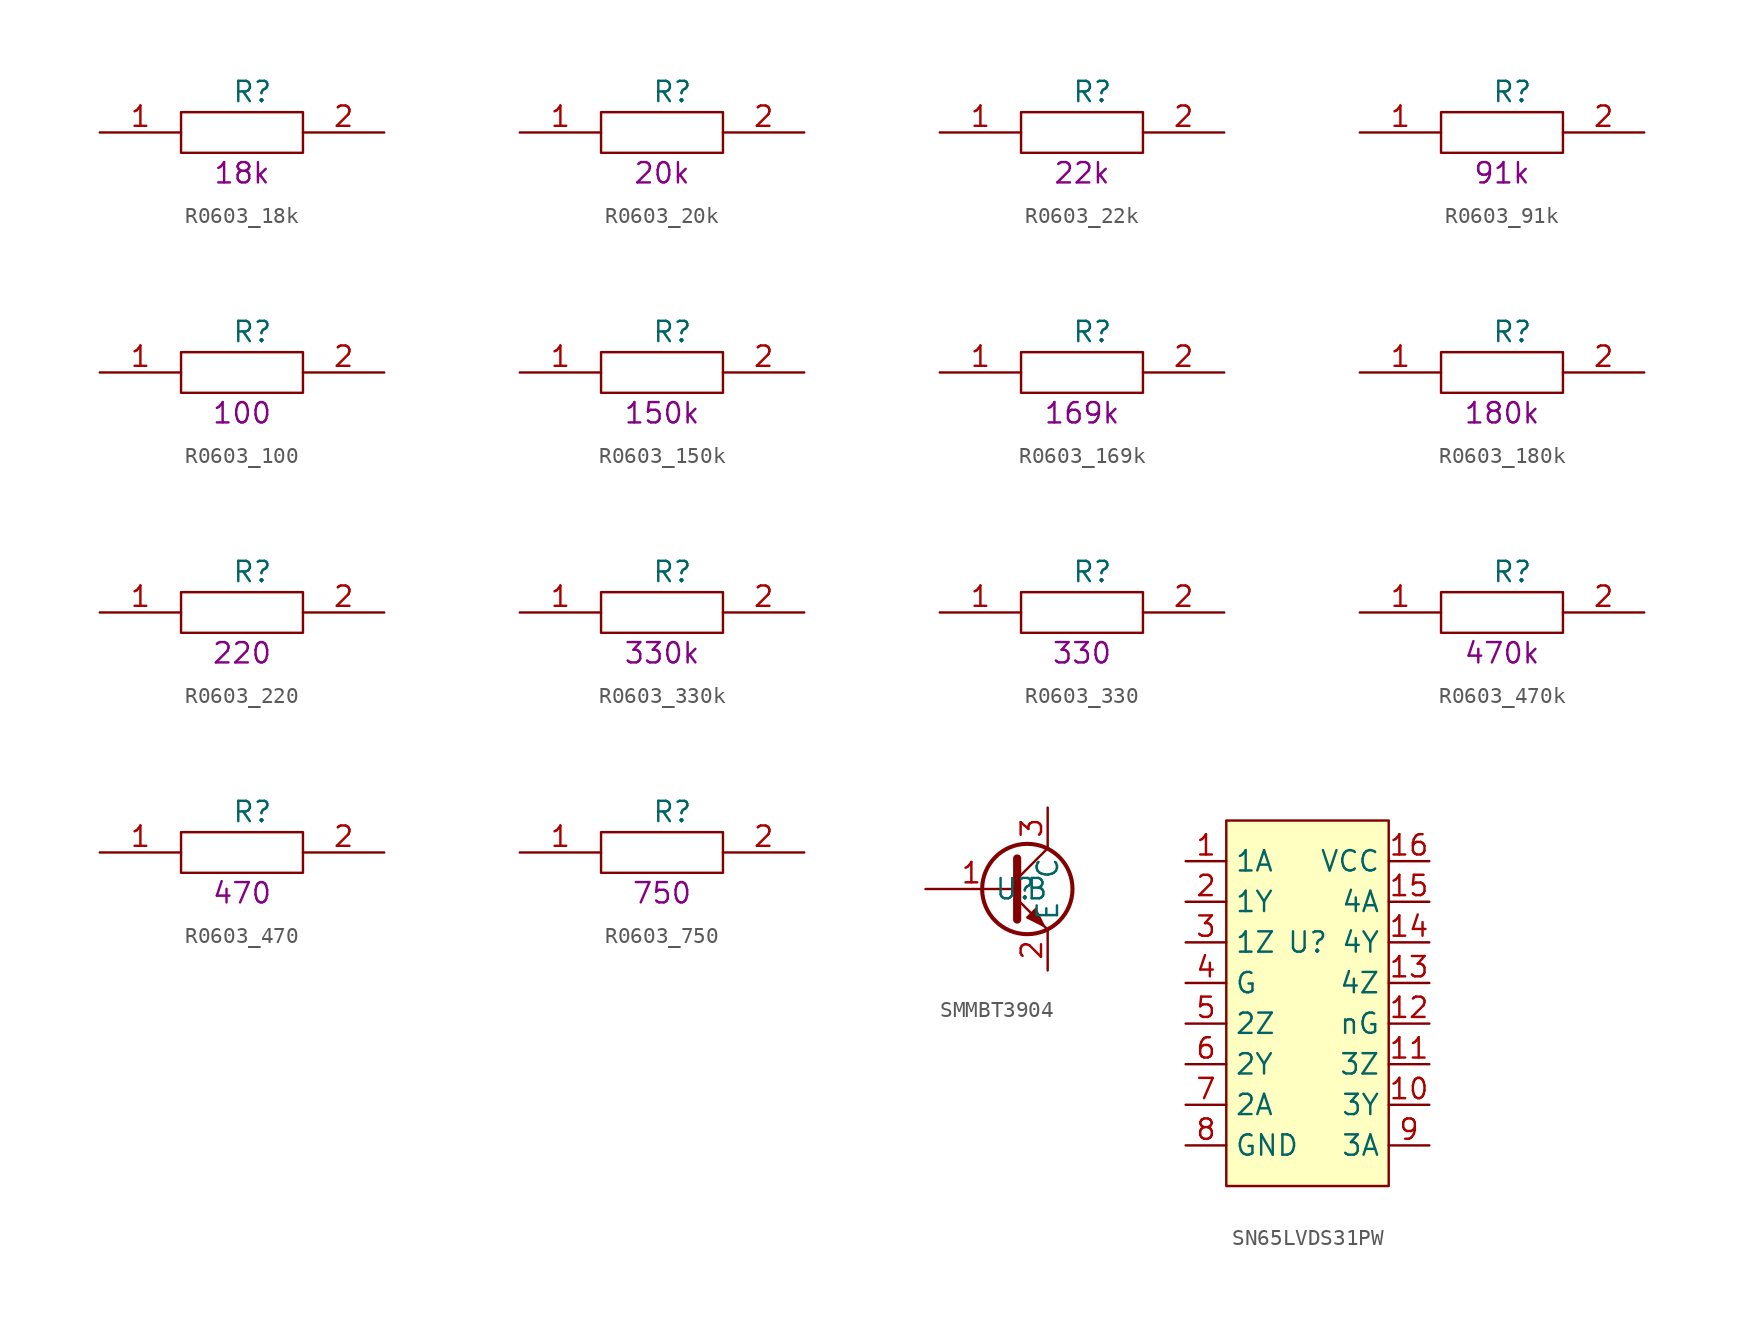
<source format=kicad_sym>
(kicad_symbol_lib
  (version 20220914)
  (generator kicad_symbol_editor)
  (symbol "R0603_18k"
    (pin_names
      (offset 0.762))
    (property "Reference" "R"
      (at 8.255 2.54 0)
      (effects (font (size 1.27 1.27)) (justify left)))
    (property "Val" "18k"
      (at 8.89 -2.54 0)
      (effects (font (size 1.27 1.27))))
    (symbol "R0603_18k_0_0"
      (pin passive line (at 0 0 0) (length 5.08) (name "~" (effects (font (size 1.27 1.27)))) (number "1" (effects (font (size 1.27 1.27)))))
      (pin passive line (at 17.78 0 180) (length 5.08) (name "~" (effects (font (size 1.27 1.27)))) (number "2" (effects (font (size 1.27 1.27))))))
    (symbol "R0603_18k_0_1"
      (polyline (pts (xy 5.08 1.27) (xy 12.7 1.27) (xy 12.7 -1.27) (xy 5.08 -1.27) (xy 5.08 1.27)) (stroke (width 0.152) (type solid)) (fill (type none)))))
  (symbol "R0603_20k"
    (pin_names
      (offset 0.762))
    (property "Reference" "R"
      (at 8.255 2.54 0)
      (effects (font (size 1.27 1.27)) (justify left)))
    (property "Val" "20k"
      (at 8.89 -2.54 0)
      (effects (font (size 1.27 1.27))))
    (symbol "R0603_20k_0_0"
      (pin passive line (at 0 0 0) (length 5.08) (name "~" (effects (font (size 1.27 1.27)))) (number "1" (effects (font (size 1.27 1.27)))))
      (pin passive line (at 17.78 0 180) (length 5.08) (name "~" (effects (font (size 1.27 1.27)))) (number "2" (effects (font (size 1.27 1.27))))))
    (symbol "R0603_20k_0_1"
      (polyline (pts (xy 5.08 1.27) (xy 12.7 1.27) (xy 12.7 -1.27) (xy 5.08 -1.27) (xy 5.08 1.27)) (stroke (width 0.152) (type solid)) (fill (type none)))))
  (symbol "R0603_22k"
    (pin_names
      (offset 0.762))
    (property "Reference" "R"
      (at 8.255 2.54 0)
      (effects (font (size 1.27 1.27)) (justify left)))
    (property "Val" "22k"
      (at 8.89 -2.54 0)
      (effects (font (size 1.27 1.27))))
    (symbol "R0603_22k_0_0"
      (pin passive line (at 0 0 0) (length 5.08) (name "~" (effects (font (size 1.27 1.27)))) (number "1" (effects (font (size 1.27 1.27)))))
      (pin passive line (at 17.78 0 180) (length 5.08) (name "~" (effects (font (size 1.27 1.27)))) (number "2" (effects (font (size 1.27 1.27))))))
    (symbol "R0603_22k_0_1"
      (polyline (pts (xy 5.08 1.27) (xy 12.7 1.27) (xy 12.7 -1.27) (xy 5.08 -1.27) (xy 5.08 1.27)) (stroke (width 0.152) (type solid)) (fill (type none)))))
  (symbol "R0603_91k"
    (pin_names
      (offset 0.762))
    (property "Reference" "R"
      (at 8.255 2.54 0)
      (effects (font (size 1.27 1.27)) (justify left)))
    (property "Val" "91k"
      (at 8.89 -2.54 0)
      (effects (font (size 1.27 1.27))))
    (symbol "R0603_91k_0_0"
      (pin passive line (at 0 0 0) (length 5.08) (name "~" (effects (font (size 1.27 1.27)))) (number "1" (effects (font (size 1.27 1.27)))))
      (pin passive line (at 17.78 0 180) (length 5.08) (name "~" (effects (font (size 1.27 1.27)))) (number "2" (effects (font (size 1.27 1.27))))))
    (symbol "R0603_91k_0_1"
      (polyline (pts (xy 5.08 1.27) (xy 12.7 1.27) (xy 12.7 -1.27) (xy 5.08 -1.27) (xy 5.08 1.27)) (stroke (width 0.152) (type solid)) (fill (type none)))))
  (symbol "R0603_100"
    (pin_names
      (offset 0.762))
    (property "Reference" "R"
      (at 8.255 2.54 0)
      (effects (font (size 1.27 1.27)) (justify left)))
    (property "Val" "100"
      (at 8.89 -2.54 0)
      (effects (font (size 1.27 1.27))))
    (symbol "R0603_100_0_0"
      (pin passive line (at 0 0 0) (length 5.08) (name "~" (effects (font (size 1.27 1.27)))) (number "1" (effects (font (size 1.27 1.27)))))
      (pin passive line (at 17.78 0 180) (length 5.08) (name "~" (effects (font (size 1.27 1.27)))) (number "2" (effects (font (size 1.27 1.27))))))
    (symbol "R0603_100_0_1"
      (polyline (pts (xy 5.08 1.27) (xy 12.7 1.27) (xy 12.7 -1.27) (xy 5.08 -1.27) (xy 5.08 1.27)) (stroke (width 0.152) (type solid)) (fill (type none)))))
  (symbol "R0603_150k"
    (pin_names
      (offset 0.762))
    (property "Reference" "R"
      (at 8.255 2.54 0)
      (effects (font (size 1.27 1.27)) (justify left)))
    (property "Val" "150k"
      (at 8.89 -2.54 0)
      (effects (font (size 1.27 1.27))))
    (symbol "R0603_150k_0_0"
      (pin passive line (at 0 0 0) (length 5.08) (name "~" (effects (font (size 1.27 1.27)))) (number "1" (effects (font (size 1.27 1.27)))))
      (pin passive line (at 17.78 0 180) (length 5.08) (name "~" (effects (font (size 1.27 1.27)))) (number "2" (effects (font (size 1.27 1.27))))))
    (symbol "R0603_150k_0_1"
      (polyline (pts (xy 5.08 1.27) (xy 12.7 1.27) (xy 12.7 -1.27) (xy 5.08 -1.27) (xy 5.08 1.27)) (stroke (width 0.152) (type solid)) (fill (type none)))))
  (symbol "R0603_169k"
    (pin_names
      (offset 0.762))
    (property "Reference" "R"
      (at 8.255 2.54 0)
      (effects (font (size 1.27 1.27)) (justify left)))
    (property "Val" "169k"
      (at 8.89 -2.54 0)
      (effects (font (size 1.27 1.27))))
    (symbol "R0603_169k_0_0"
      (pin passive line (at 0 0 0) (length 5.08) (name "~" (effects (font (size 1.27 1.27)))) (number "1" (effects (font (size 1.27 1.27)))))
      (pin passive line (at 17.78 0 180) (length 5.08) (name "~" (effects (font (size 1.27 1.27)))) (number "2" (effects (font (size 1.27 1.27))))))
    (symbol "R0603_169k_0_1"
      (polyline (pts (xy 5.08 1.27) (xy 12.7 1.27) (xy 12.7 -1.27) (xy 5.08 -1.27) (xy 5.08 1.27)) (stroke (width 0.152) (type solid)) (fill (type none)))))
  (symbol "R0603_180k"
    (pin_names
      (offset 0.762))
    (property "Reference" "R"
      (at 8.255 2.54 0)
      (effects (font (size 1.27 1.27)) (justify left)))
    (property "Val" "180k"
      (at 8.89 -2.54 0)
      (effects (font (size 1.27 1.27))))
    (symbol "R0603_180k_0_0"
      (pin passive line (at 0 0 0) (length 5.08) (name "~" (effects (font (size 1.27 1.27)))) (number "1" (effects (font (size 1.27 1.27)))))
      (pin passive line (at 17.78 0 180) (length 5.08) (name "~" (effects (font (size 1.27 1.27)))) (number "2" (effects (font (size 1.27 1.27))))))
    (symbol "R0603_180k_0_1"
      (polyline (pts (xy 5.08 1.27) (xy 12.7 1.27) (xy 12.7 -1.27) (xy 5.08 -1.27) (xy 5.08 1.27)) (stroke (width 0.152) (type solid)) (fill (type none)))))
  (symbol "R0603_220"
    (pin_names
      (offset 0.762))
    (property "Reference" "R"
      (at 8.255 2.54 0)
      (effects (font (size 1.27 1.27)) (justify left)))
    (property "Val" "220"
      (at 8.89 -2.54 0)
      (effects (font (size 1.27 1.27))))
    (symbol "R0603_220_0_0"
      (pin passive line (at 0 0 0) (length 5.08) (name "~" (effects (font (size 1.27 1.27)))) (number "1" (effects (font (size 1.27 1.27)))))
      (pin passive line (at 17.78 0 180) (length 5.08) (name "~" (effects (font (size 1.27 1.27)))) (number "2" (effects (font (size 1.27 1.27))))))
    (symbol "R0603_220_0_1"
      (polyline (pts (xy 5.08 1.27) (xy 12.7 1.27) (xy 12.7 -1.27) (xy 5.08 -1.27) (xy 5.08 1.27)) (stroke (width 0.152) (type solid)) (fill (type none)))))
  (symbol "R0603_330k"
    (pin_names
      (offset 0.762))
    (property "Reference" "R"
      (at 8.255 2.54 0)
      (effects (font (size 1.27 1.27)) (justify left)))
    (property "Val" "330k"
      (at 8.89 -2.54 0)
      (effects (font (size 1.27 1.27))))
    (symbol "R0603_330k_0_0"
      (pin passive line (at 0 0 0) (length 5.08) (name "~" (effects (font (size 1.27 1.27)))) (number "1" (effects (font (size 1.27 1.27)))))
      (pin passive line (at 17.78 0 180) (length 5.08) (name "~" (effects (font (size 1.27 1.27)))) (number "2" (effects (font (size 1.27 1.27))))))
    (symbol "R0603_330k_0_1"
      (polyline (pts (xy 5.08 1.27) (xy 12.7 1.27) (xy 12.7 -1.27) (xy 5.08 -1.27) (xy 5.08 1.27)) (stroke (width 0.152) (type solid)) (fill (type none)))))
  (symbol "R0603_330"
    (pin_names
      (offset 0.762))
    (property "Reference" "R"
      (at 8.255 2.54 0)
      (effects (font (size 1.27 1.27)) (justify left)))
    (property "Val" "330"
      (at 8.89 -2.54 0)
      (effects (font (size 1.27 1.27))))
    (symbol "R0603_330_0_0"
      (pin passive line (at 0 0 0) (length 5.08) (name "~" (effects (font (size 1.27 1.27)))) (number "1" (effects (font (size 1.27 1.27)))))
      (pin passive line (at 17.78 0 180) (length 5.08) (name "~" (effects (font (size 1.27 1.27)))) (number "2" (effects (font (size 1.27 1.27))))))
    (symbol "R0603_330_0_1"
      (polyline (pts (xy 5.08 1.27) (xy 12.7 1.27) (xy 12.7 -1.27) (xy 5.08 -1.27) (xy 5.08 1.27)) (stroke (width 0.152) (type solid)) (fill (type none)))))
  (symbol "R0603_470k"
    (pin_names
      (offset 0.762))
    (property "Reference" "R"
      (at 8.255 2.54 0)
      (effects (font (size 1.27 1.27)) (justify left)))
    (property "Val" "470k"
      (at 8.89 -2.54 0)
      (effects (font (size 1.27 1.27))))
    (symbol "R0603_470k_0_0"
      (pin passive line (at 0 0 0) (length 5.08) (name "~" (effects (font (size 1.27 1.27)))) (number "1" (effects (font (size 1.27 1.27)))))
      (pin passive line (at 17.78 0 180) (length 5.08) (name "~" (effects (font (size 1.27 1.27)))) (number "2" (effects (font (size 1.27 1.27))))))
    (symbol "R0603_470k_0_1"
      (polyline (pts (xy 5.08 1.27) (xy 12.7 1.27) (xy 12.7 -1.27) (xy 5.08 -1.27) (xy 5.08 1.27)) (stroke (width 0.152) (type solid)) (fill (type none)))))
  (symbol "R0603_470"
    (pin_names
      (offset 0.762))
    (property "Reference" "R"
      (at 8.255 2.54 0)
      (effects (font (size 1.27 1.27)) (justify left)))
    (property "Val" "470"
      (at 8.89 -2.54 0)
      (effects (font (size 1.27 1.27))))
    (symbol "R0603_470_0_0"
      (pin passive line (at 0 0 0) (length 5.08) (name "~" (effects (font (size 1.27 1.27)))) (number "1" (effects (font (size 1.27 1.27)))))
      (pin passive line (at 17.78 0 180) (length 5.08) (name "~" (effects (font (size 1.27 1.27)))) (number "2" (effects (font (size 1.27 1.27))))))
    (symbol "R0603_470_0_1"
      (polyline (pts (xy 5.08 1.27) (xy 12.7 1.27) (xy 12.7 -1.27) (xy 5.08 -1.27) (xy 5.08 1.27)) (stroke (width 0.152) (type solid)) (fill (type none)))))
  (symbol "R0603_750"
    (pin_names
      (offset 0.762))
    (property "Reference" "R"
      (at 8.255 2.54 0)
      (effects (font (size 1.27 1.27)) (justify left)))
    (property "Val" "750"
      (at 8.89 -2.54 0)
      (effects (font (size 1.27 1.27))))
    (symbol "R0603_750_0_0"
      (pin passive line (at 0 0 0) (length 5.08) (name "~" (effects (font (size 1.27 1.27)))) (number "1" (effects (font (size 1.27 1.27)))))
      (pin passive line (at 17.78 0 180) (length 5.08) (name "~" (effects (font (size 1.27 1.27)))) (number "2" (effects (font (size 1.27 1.27))))))
    (symbol "R0603_750_0_1"
      (polyline (pts (xy 5.08 1.27) (xy 12.7 1.27) (xy 12.7 -1.27) (xy 5.08 -1.27) (xy 5.08 1.27)) (stroke (width 0.152) (type solid)) (fill (type none)))))
  (symbol "SMMBT3904"
    (property "Reference" "U"
      (at 0 0 0)
      (effects (font (size 1.27 1.27))))
    (property "Value" ""
      (at 0 0 0)
      (effects (font (size 1.27 1.27))))
    (symbol "SMMBT3904_0_1"
      (polyline (pts (xy 0.127 0.635) (xy 2.032 2.54)) (stroke (width 0) (type default)) (fill (type none)))
      (polyline (pts (xy 0.127 -0.635) (xy 2.032 -2.54) (xy 2.032 -2.54)) (stroke (width 0) (type default)) (fill (type none)))
      (polyline (pts (xy 0.127 1.905) (xy 0.127 -1.905) (xy 0.127 -1.905)) (stroke (width 0.508) (type default)) (fill (type none)))
      (polyline (pts (xy 0.762 -1.778) (xy 1.27 -1.27) (xy 1.778 -2.286) (xy 0.762 -1.778) (xy 0.762 -1.778)) (stroke (width 0) (type default)) (fill (type outline)))
      (circle (center 0.762 0) (radius 2.819) (stroke (width 0.254) (type default)) (fill (type none))))
    (symbol "SMMBT3904_1_1"
      (pin passive line (at -5.588 0 0) (length 5.715) (name "B" (effects (font (size 1.27 1.27)))) (number "1" (effects (font (size 1.27 1.27)))))
      (pin passive line (at 2.032 -5.08 90) (length 2.54) (name "E" (effects (font (size 1.27 1.27)))) (number "2" (effects (font (size 1.27 1.27)))))
      (pin passive line (at 2.032 5.08 270) (length 2.54) (name "C" (effects (font (size 1.27 1.27)))) (number "3" (effects (font (size 1.27 1.27)))))))
  (symbol "SN65LVDS31PW"
    (property "Reference" "U"
      (at 0 0 0)
      (effects (font (size 1.27 1.27))))
    (property "Value" ""
      (at 0 0 0)
      (effects (font (size 1.27 1.27))))
    (symbol "SN65LVDS31PW_1_1"
      (rectangle (start -5.08 7.62) (end 5.08 -15.24) (stroke (width 0) (type default)) (fill (type background)))
      (pin input line (at -7.62 5.08 0) (length 2.54) (name "1A" (effects (font (size 1.27 1.27)))) (number "1" (effects (font (size 1.27 1.27)))))
      (pin output line (at 7.62 -10.16 180) (length 2.54) (name "3Y" (effects (font (size 1.27 1.27)))) (number "10" (effects (font (size 1.27 1.27)))))
      (pin output line (at 7.62 -7.62 180) (length 2.54) (name "3Z" (effects (font (size 1.27 1.27)))) (number "11" (effects (font (size 1.27 1.27)))))
      (pin input line (at 7.62 -5.08 180) (length 2.54) (name "nG" (effects (font (size 1.27 1.27)))) (number "12" (effects (font (size 1.27 1.27)))))
      (pin output line (at 7.62 -2.54 180) (length 2.54) (name "4Z" (effects (font (size 1.27 1.27)))) (number "13" (effects (font (size 1.27 1.27)))))
      (pin output line (at 7.62 0 180) (length 2.54) (name "4Y" (effects (font (size 1.27 1.27)))) (number "14" (effects (font (size 1.27 1.27)))))
      (pin input line (at 7.62 2.54 180) (length 2.54) (name "4A" (effects (font (size 1.27 1.27)))) (number "15" (effects (font (size 1.27 1.27)))))
      (pin power_in line (at 7.62 5.08 180) (length 2.54) (name "VCC" (effects (font (size 1.27 1.27)))) (number "16" (effects (font (size 1.27 1.27)))))
      (pin output line (at -7.62 2.54 0) (length 2.54) (name "1Y" (effects (font (size 1.27 1.27)))) (number "2" (effects (font (size 1.27 1.27)))))
      (pin output line (at -7.62 0 0) (length 2.54) (name "1Z" (effects (font (size 1.27 1.27)))) (number "3" (effects (font (size 1.27 1.27)))))
      (pin input line (at -7.62 -2.54 0) (length 2.54) (name "G" (effects (font (size 1.27 1.27)))) (number "4" (effects (font (size 1.27 1.27)))))
      (pin output line (at -7.62 -5.08 0) (length 2.54) (name "2Z" (effects (font (size 1.27 1.27)))) (number "5" (effects (font (size 1.27 1.27)))))
      (pin output line (at -7.62 -7.62 0) (length 2.54) (name "2Y" (effects (font (size 1.27 1.27)))) (number "6" (effects (font (size 1.27 1.27)))))
      (pin input line (at -7.62 -10.16 0) (length 2.54) (name "2A" (effects (font (size 1.27 1.27)))) (number "7" (effects (font (size 1.27 1.27)))))
      (pin power_in line (at -7.62 -12.7 0) (length 2.54) (name "GND" (effects (font (size 1.27 1.27)))) (number "8" (effects (font (size 1.27 1.27)))))
      (pin input line (at 7.62 -12.7 180) (length 2.54) (name "3A" (effects (font (size 1.27 1.27)))) (number "9" (effects (font (size 1.27 1.27))))))))
</source>
